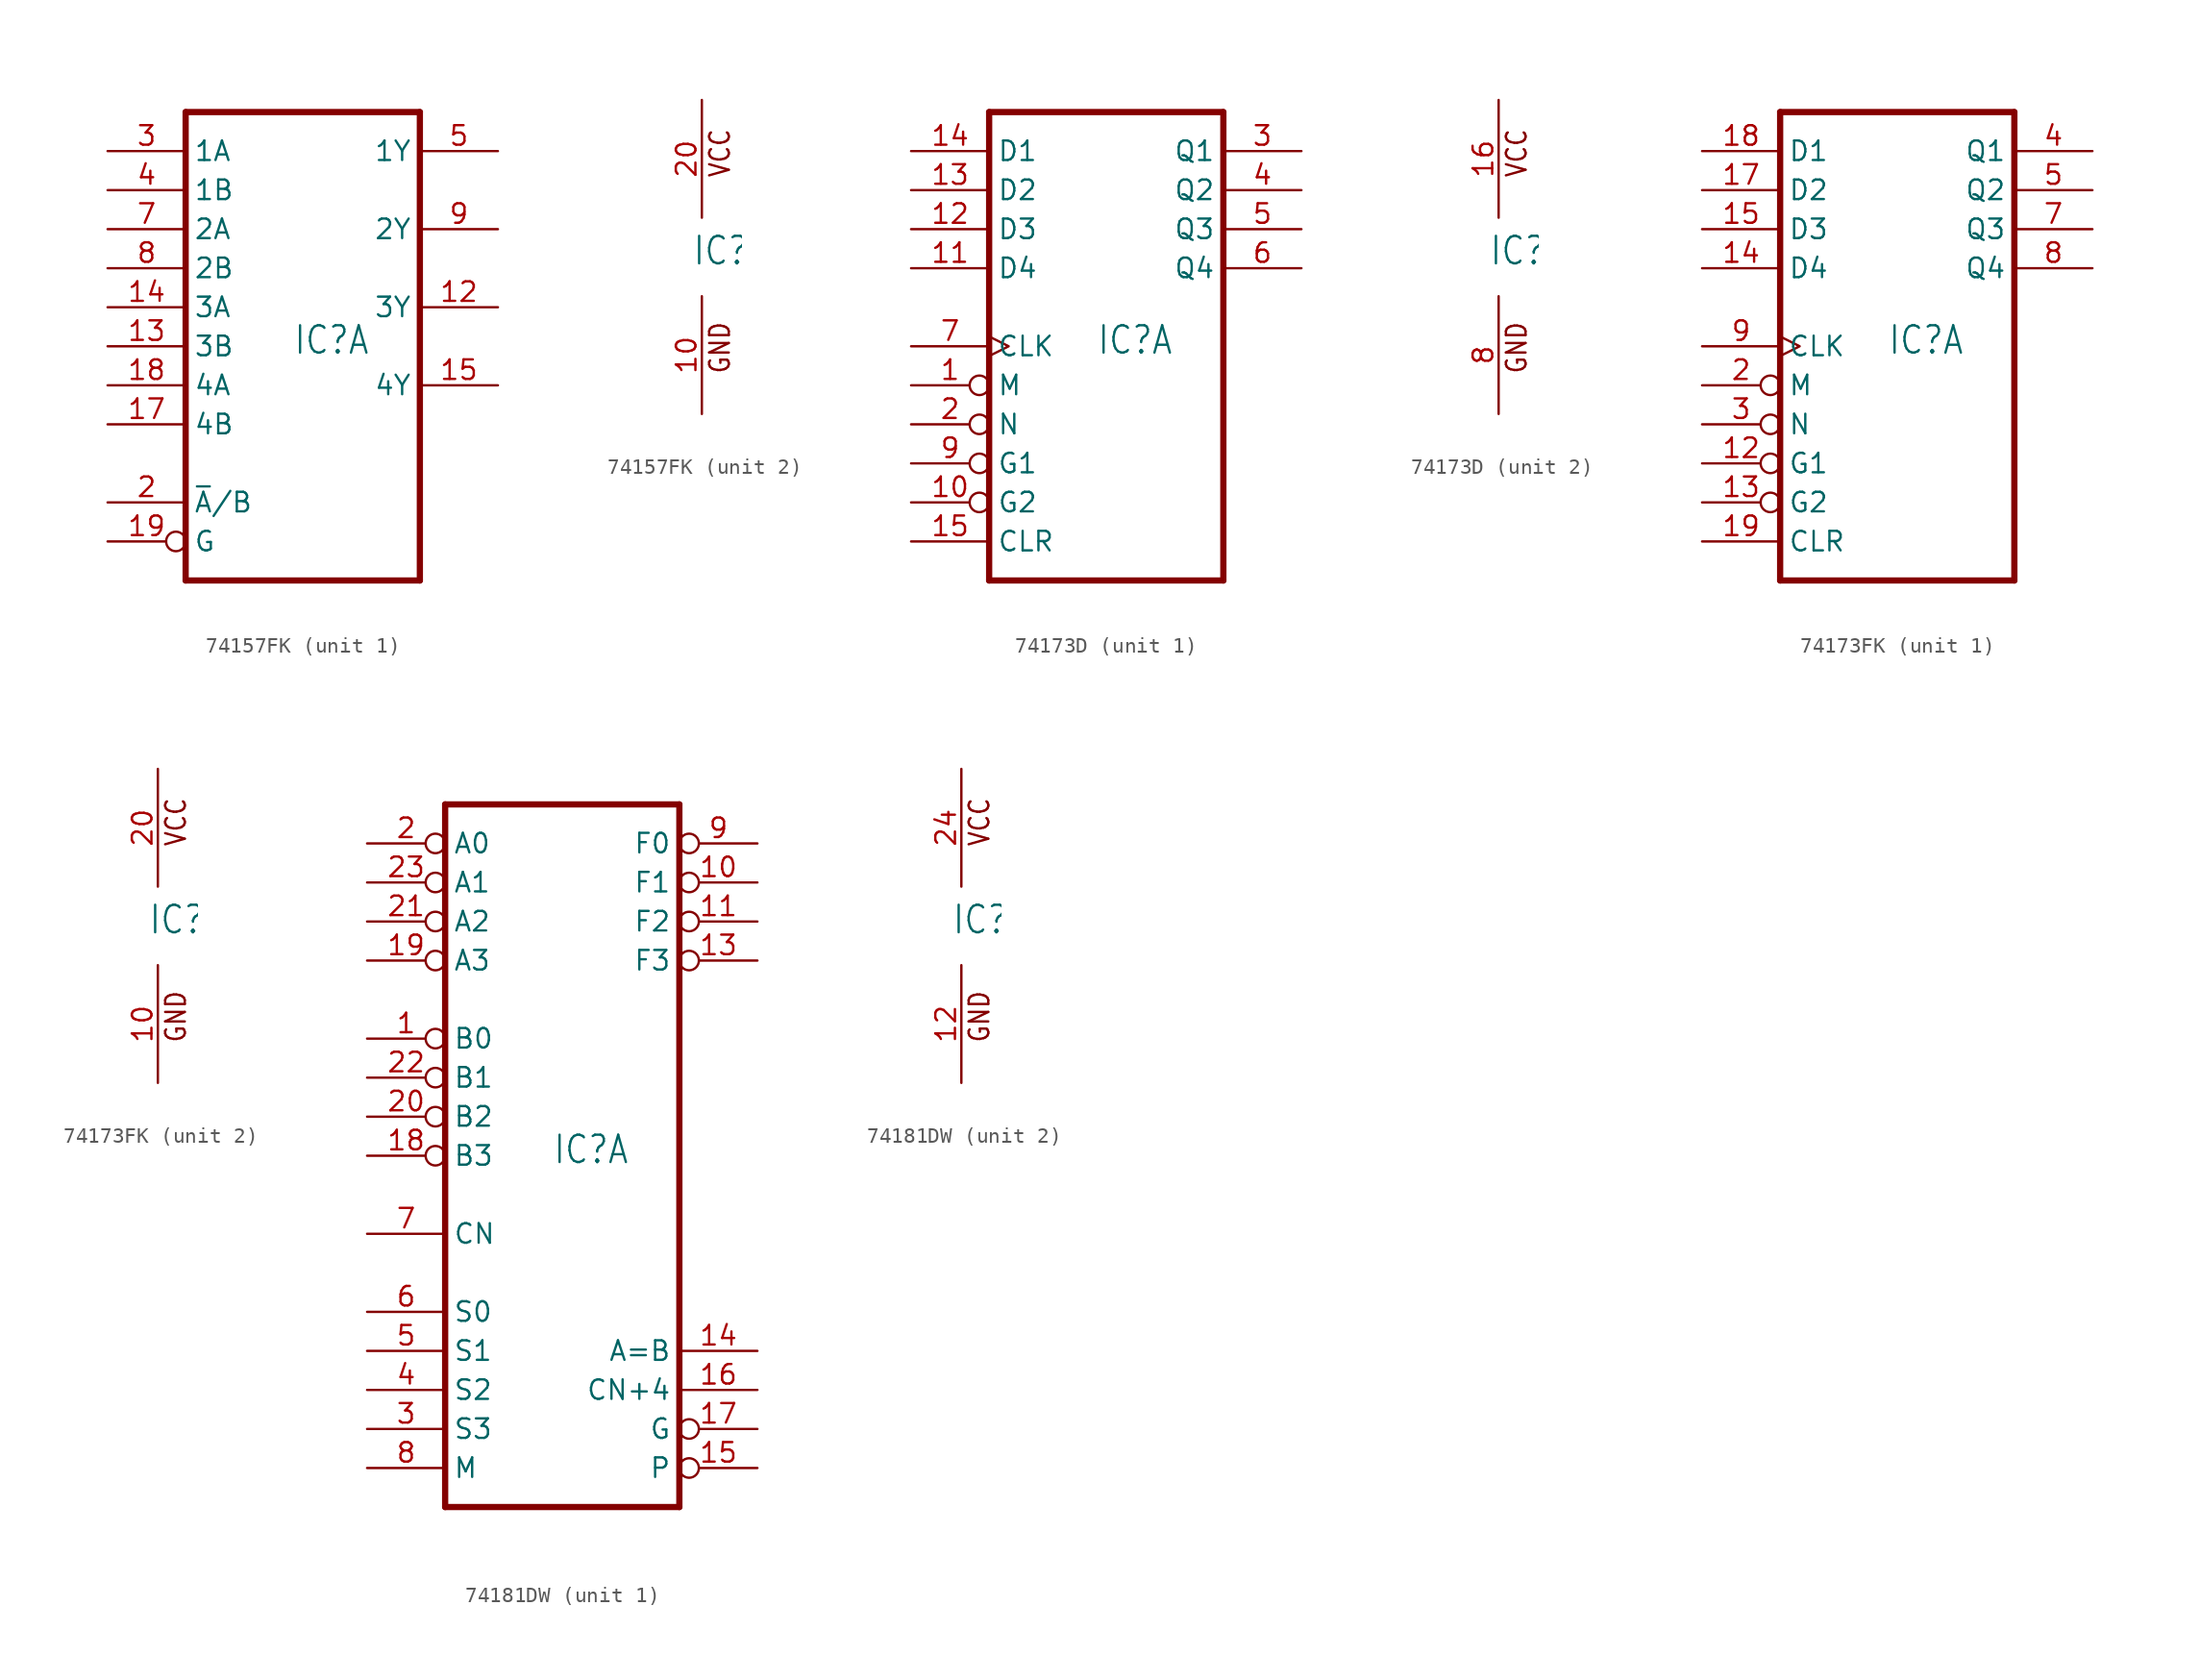
<source format=kicad_sym>
(kicad_symbol_lib
  (version 20231120)
  (generator "kicad_symbol_editor")
  (generator_version "8.0")
  (symbol "74157FK"
    (property "Reference" "IC"
      (at -0.635 -0.635 0)
      (effects (font (size 1.778 1.511)) (justify left bottom)))
    (property "ki_locked" ""
      (at 0 0 0)
      (effects (font (size 1.27 1.27))))
    (symbol "74157FK_1_0"
      (polyline (pts (xy -7.62 -15.24) (xy 7.62 -15.24)) (stroke (width 0.406) (type solid)) (fill (type none)))
      (polyline (pts (xy -7.62 15.24) (xy -7.62 -15.24)) (stroke (width 0.406) (type solid)) (fill (type none)))
      (polyline (pts (xy 7.62 -15.24) (xy 7.62 15.24)) (stroke (width 0.406) (type solid)) (fill (type none)))
      (polyline (pts (xy 7.62 15.24) (xy -7.62 15.24)) (stroke (width 0.406) (type solid)) (fill (type none)))
      (pin output line (at 12.7 2.54 180) (length 5.08) (name "3Y" (effects (font (size 1.27 1.27)))) (number "12" (effects (font (size 1.27 1.27)))))
      (pin input line (at -12.7 0 0) (length 5.08) (name "3B" (effects (font (size 1.27 1.27)))) (number "13" (effects (font (size 1.27 1.27)))))
      (pin input line (at -12.7 2.54 0) (length 5.08) (name "3A" (effects (font (size 1.27 1.27)))) (number "14" (effects (font (size 1.27 1.27)))))
      (pin output line (at 12.7 -2.54 180) (length 5.08) (name "4Y" (effects (font (size 1.27 1.27)))) (number "15" (effects (font (size 1.27 1.27)))))
      (pin input line (at -12.7 -5.08 0) (length 5.08) (name "4B" (effects (font (size 1.27 1.27)))) (number "17" (effects (font (size 1.27 1.27)))))
      (pin input line (at -12.7 -2.54 0) (length 5.08) (name "4A" (effects (font (size 1.27 1.27)))) (number "18" (effects (font (size 1.27 1.27)))))
      (pin input inverted (at -12.7 -12.7 0) (length 5.08) (name "G" (effects (font (size 1.27 1.27)))) (number "19" (effects (font (size 1.27 1.27)))))
      (pin input line (at -12.7 -10.16 0) (length 5.08) (name "~{A}/B" (effects (font (size 1.27 1.27)))) (number "2" (effects (font (size 1.27 1.27)))))
      (pin input line (at -12.7 12.7 0) (length 5.08) (name "1A" (effects (font (size 1.27 1.27)))) (number "3" (effects (font (size 1.27 1.27)))))
      (pin input line (at -12.7 10.16 0) (length 5.08) (name "1B" (effects (font (size 1.27 1.27)))) (number "4" (effects (font (size 1.27 1.27)))))
      (pin output line (at 12.7 12.7 180) (length 5.08) (name "1Y" (effects (font (size 1.27 1.27)))) (number "5" (effects (font (size 1.27 1.27)))))
      (pin input line (at -12.7 7.62 0) (length 5.08) (name "2A" (effects (font (size 1.27 1.27)))) (number "7" (effects (font (size 1.27 1.27)))))
      (pin input line (at -12.7 5.08 0) (length 5.08) (name "2B" (effects (font (size 1.27 1.27)))) (number "8" (effects (font (size 1.27 1.27)))))
      (pin output line (at 12.7 7.62 180) (length 5.08) (name "2Y" (effects (font (size 1.27 1.27)))) (number "9" (effects (font (size 1.27 1.27))))))
    (symbol "74157FK_2_0"
      (text "GND" (at 1.905 -7.62 900) (effects (font (size 1.27 1.079)) (justify left bottom)))
      (text "VCC" (at 1.905 5.08 900) (effects (font (size 1.27 1.079)) (justify left bottom)))
      (pin power_in line (at 0 -10.16 90) (length 7.62) (name "GND" (effects (font (size 0 0)))) (number "10" (effects (font (size 1.27 1.27)))))
      (pin power_in line (at 0 10.16 270) (length 7.62) (name "VCC" (effects (font (size 0 0)))) (number "20" (effects (font (size 1.27 1.27)))))))
  (symbol "74173D"
    (property "Reference" "IC"
      (at -0.635 -0.635 0)
      (effects (font (size 1.778 1.511)) (justify left bottom)))
    (property "ki_locked" ""
      (at 0 0 0)
      (effects (font (size 1.27 1.27))))
    (symbol "74173D_1_0"
      (polyline (pts (xy -7.62 -15.24) (xy 7.62 -15.24)) (stroke (width 0.406) (type solid)) (fill (type none)))
      (polyline (pts (xy -7.62 15.24) (xy -7.62 -15.24)) (stroke (width 0.406) (type solid)) (fill (type none)))
      (polyline (pts (xy 7.62 -15.24) (xy 7.62 15.24)) (stroke (width 0.406) (type solid)) (fill (type none)))
      (polyline (pts (xy 7.62 15.24) (xy -7.62 15.24)) (stroke (width 0.406) (type solid)) (fill (type none)))
      (pin input inverted (at -12.7 -2.54 0) (length 5.08) (name "M" (effects (font (size 1.27 1.27)))) (number "1" (effects (font (size 1.27 1.27)))))
      (pin input inverted (at -12.7 -10.16 0) (length 5.08) (name "G2" (effects (font (size 1.27 1.27)))) (number "10" (effects (font (size 1.27 1.27)))))
      (pin input line (at -12.7 5.08 0) (length 5.08) (name "D4" (effects (font (size 1.27 1.27)))) (number "11" (effects (font (size 1.27 1.27)))))
      (pin input line (at -12.7 7.62 0) (length 5.08) (name "D3" (effects (font (size 1.27 1.27)))) (number "12" (effects (font (size 1.27 1.27)))))
      (pin input line (at -12.7 10.16 0) (length 5.08) (name "D2" (effects (font (size 1.27 1.27)))) (number "13" (effects (font (size 1.27 1.27)))))
      (pin input line (at -12.7 12.7 0) (length 5.08) (name "D1" (effects (font (size 1.27 1.27)))) (number "14" (effects (font (size 1.27 1.27)))))
      (pin input line (at -12.7 -12.7 0) (length 5.08) (name "CLR" (effects (font (size 1.27 1.27)))) (number "15" (effects (font (size 1.27 1.27)))))
      (pin input inverted (at -12.7 -5.08 0) (length 5.08) (name "N" (effects (font (size 1.27 1.27)))) (number "2" (effects (font (size 1.27 1.27)))))
      (pin tri_state line (at 12.7 12.7 180) (length 5.08) (name "Q1" (effects (font (size 1.27 1.27)))) (number "3" (effects (font (size 1.27 1.27)))))
      (pin tri_state line (at 12.7 10.16 180) (length 5.08) (name "Q2" (effects (font (size 1.27 1.27)))) (number "4" (effects (font (size 1.27 1.27)))))
      (pin tri_state line (at 12.7 7.62 180) (length 5.08) (name "Q3" (effects (font (size 1.27 1.27)))) (number "5" (effects (font (size 1.27 1.27)))))
      (pin tri_state line (at 12.7 5.08 180) (length 5.08) (name "Q4" (effects (font (size 1.27 1.27)))) (number "6" (effects (font (size 1.27 1.27)))))
      (pin input clock (at -12.7 0 0) (length 5.08) (name "CLK" (effects (font (size 1.27 1.27)))) (number "7" (effects (font (size 1.27 1.27)))))
      (pin input inverted (at -12.7 -7.62 0) (length 5.08) (name "G1" (effects (font (size 1.27 1.27)))) (number "9" (effects (font (size 1.27 1.27))))))
    (symbol "74173D_2_0"
      (text "GND" (at 1.905 -7.62 900) (effects (font (size 1.27 1.079)) (justify left bottom)))
      (text "VCC" (at 1.905 5.08 900) (effects (font (size 1.27 1.079)) (justify left bottom)))
      (pin power_in line (at 0 10.16 270) (length 7.62) (name "VCC" (effects (font (size 0 0)))) (number "16" (effects (font (size 1.27 1.27)))))
      (pin power_in line (at 0 -10.16 90) (length 7.62) (name "GND" (effects (font (size 0 0)))) (number "8" (effects (font (size 1.27 1.27)))))))
  (symbol "74173FK"
    (property "Reference" "IC"
      (at -0.635 -0.635 0)
      (effects (font (size 1.778 1.511)) (justify left bottom)))
    (property "ki_locked" ""
      (at 0 0 0)
      (effects (font (size 1.27 1.27))))
    (symbol "74173FK_1_0"
      (polyline (pts (xy -7.62 -15.24) (xy 7.62 -15.24)) (stroke (width 0.406) (type solid)) (fill (type none)))
      (polyline (pts (xy -7.62 15.24) (xy -7.62 -15.24)) (stroke (width 0.406) (type solid)) (fill (type none)))
      (polyline (pts (xy 7.62 -15.24) (xy 7.62 15.24)) (stroke (width 0.406) (type solid)) (fill (type none)))
      (polyline (pts (xy 7.62 15.24) (xy -7.62 15.24)) (stroke (width 0.406) (type solid)) (fill (type none)))
      (pin input inverted (at -12.7 -7.62 0) (length 5.08) (name "G1" (effects (font (size 1.27 1.27)))) (number "12" (effects (font (size 1.27 1.27)))))
      (pin input inverted (at -12.7 -10.16 0) (length 5.08) (name "G2" (effects (font (size 1.27 1.27)))) (number "13" (effects (font (size 1.27 1.27)))))
      (pin input line (at -12.7 5.08 0) (length 5.08) (name "D4" (effects (font (size 1.27 1.27)))) (number "14" (effects (font (size 1.27 1.27)))))
      (pin input line (at -12.7 7.62 0) (length 5.08) (name "D3" (effects (font (size 1.27 1.27)))) (number "15" (effects (font (size 1.27 1.27)))))
      (pin input line (at -12.7 10.16 0) (length 5.08) (name "D2" (effects (font (size 1.27 1.27)))) (number "17" (effects (font (size 1.27 1.27)))))
      (pin input line (at -12.7 12.7 0) (length 5.08) (name "D1" (effects (font (size 1.27 1.27)))) (number "18" (effects (font (size 1.27 1.27)))))
      (pin input line (at -12.7 -12.7 0) (length 5.08) (name "CLR" (effects (font (size 1.27 1.27)))) (number "19" (effects (font (size 1.27 1.27)))))
      (pin input inverted (at -12.7 -2.54 0) (length 5.08) (name "M" (effects (font (size 1.27 1.27)))) (number "2" (effects (font (size 1.27 1.27)))))
      (pin input inverted (at -12.7 -5.08 0) (length 5.08) (name "N" (effects (font (size 1.27 1.27)))) (number "3" (effects (font (size 1.27 1.27)))))
      (pin tri_state line (at 12.7 12.7 180) (length 5.08) (name "Q1" (effects (font (size 1.27 1.27)))) (number "4" (effects (font (size 1.27 1.27)))))
      (pin tri_state line (at 12.7 10.16 180) (length 5.08) (name "Q2" (effects (font (size 1.27 1.27)))) (number "5" (effects (font (size 1.27 1.27)))))
      (pin tri_state line (at 12.7 7.62 180) (length 5.08) (name "Q3" (effects (font (size 1.27 1.27)))) (number "7" (effects (font (size 1.27 1.27)))))
      (pin tri_state line (at 12.7 5.08 180) (length 5.08) (name "Q4" (effects (font (size 1.27 1.27)))) (number "8" (effects (font (size 1.27 1.27)))))
      (pin input clock (at -12.7 0 0) (length 5.08) (name "CLK" (effects (font (size 1.27 1.27)))) (number "9" (effects (font (size 1.27 1.27))))))
    (symbol "74173FK_2_0"
      (text "GND" (at 1.905 -7.62 900) (effects (font (size 1.27 1.079)) (justify left bottom)))
      (text "VCC" (at 1.905 5.08 900) (effects (font (size 1.27 1.079)) (justify left bottom)))
      (pin power_in line (at 0 -10.16 90) (length 7.62) (name "GND" (effects (font (size 0 0)))) (number "10" (effects (font (size 1.27 1.27)))))
      (pin power_in line (at 0 10.16 270) (length 7.62) (name "VCC" (effects (font (size 0 0)))) (number "20" (effects (font (size 1.27 1.27)))))))
  (symbol "74181DW"
    (property "Reference" "IC"
      (at -0.635 -0.635 0)
      (effects (font (size 1.778 1.511)) (justify left bottom)))
    (property "ki_locked" ""
      (at 0 0 0)
      (effects (font (size 1.27 1.27))))
    (symbol "74181DW_1_0"
      (polyline (pts (xy -7.62 -22.86) (xy 7.62 -22.86)) (stroke (width 0.406) (type solid)) (fill (type none)))
      (polyline (pts (xy -7.62 22.86) (xy -7.62 -22.86)) (stroke (width 0.406) (type solid)) (fill (type none)))
      (polyline (pts (xy 7.62 -22.86) (xy 7.62 22.86)) (stroke (width 0.406) (type solid)) (fill (type none)))
      (polyline (pts (xy 7.62 22.86) (xy -7.62 22.86)) (stroke (width 0.406) (type solid)) (fill (type none)))
      (pin input inverted (at -12.7 7.62 0) (length 5.08) (name "B0" (effects (font (size 1.27 1.27)))) (number "1" (effects (font (size 1.27 1.27)))))
      (pin output inverted (at 12.7 17.78 180) (length 5.08) (name "F1" (effects (font (size 1.27 1.27)))) (number "10" (effects (font (size 1.27 1.27)))))
      (pin output inverted (at 12.7 15.24 180) (length 5.08) (name "F2" (effects (font (size 1.27 1.27)))) (number "11" (effects (font (size 1.27 1.27)))))
      (pin output inverted (at 12.7 12.7 180) (length 5.08) (name "F3" (effects (font (size 1.27 1.27)))) (number "13" (effects (font (size 1.27 1.27)))))
      (pin output line (at 12.7 -12.7 180) (length 5.08) (name "A=B" (effects (font (size 1.27 1.27)))) (number "14" (effects (font (size 1.27 1.27)))))
      (pin output inverted (at 12.7 -20.32 180) (length 5.08) (name "P" (effects (font (size 1.27 1.27)))) (number "15" (effects (font (size 1.27 1.27)))))
      (pin output line (at 12.7 -15.24 180) (length 5.08) (name "CN+4" (effects (font (size 1.27 1.27)))) (number "16" (effects (font (size 1.27 1.27)))))
      (pin output inverted (at 12.7 -17.78 180) (length 5.08) (name "G" (effects (font (size 1.27 1.27)))) (number "17" (effects (font (size 1.27 1.27)))))
      (pin input inverted (at -12.7 0 0) (length 5.08) (name "B3" (effects (font (size 1.27 1.27)))) (number "18" (effects (font (size 1.27 1.27)))))
      (pin input inverted (at -12.7 12.7 0) (length 5.08) (name "A3" (effects (font (size 1.27 1.27)))) (number "19" (effects (font (size 1.27 1.27)))))
      (pin input inverted (at -12.7 20.32 0) (length 5.08) (name "A0" (effects (font (size 1.27 1.27)))) (number "2" (effects (font (size 1.27 1.27)))))
      (pin input inverted (at -12.7 2.54 0) (length 5.08) (name "B2" (effects (font (size 1.27 1.27)))) (number "20" (effects (font (size 1.27 1.27)))))
      (pin input inverted (at -12.7 15.24 0) (length 5.08) (name "A2" (effects (font (size 1.27 1.27)))) (number "21" (effects (font (size 1.27 1.27)))))
      (pin input inverted (at -12.7 5.08 0) (length 5.08) (name "B1" (effects (font (size 1.27 1.27)))) (number "22" (effects (font (size 1.27 1.27)))))
      (pin input inverted (at -12.7 17.78 0) (length 5.08) (name "A1" (effects (font (size 1.27 1.27)))) (number "23" (effects (font (size 1.27 1.27)))))
      (pin input line (at -12.7 -17.78 0) (length 5.08) (name "S3" (effects (font (size 1.27 1.27)))) (number "3" (effects (font (size 1.27 1.27)))))
      (pin input line (at -12.7 -15.24 0) (length 5.08) (name "S2" (effects (font (size 1.27 1.27)))) (number "4" (effects (font (size 1.27 1.27)))))
      (pin input line (at -12.7 -12.7 0) (length 5.08) (name "S1" (effects (font (size 1.27 1.27)))) (number "5" (effects (font (size 1.27 1.27)))))
      (pin input line (at -12.7 -10.16 0) (length 5.08) (name "S0" (effects (font (size 1.27 1.27)))) (number "6" (effects (font (size 1.27 1.27)))))
      (pin input line (at -12.7 -5.08 0) (length 5.08) (name "CN" (effects (font (size 1.27 1.27)))) (number "7" (effects (font (size 1.27 1.27)))))
      (pin input line (at -12.7 -20.32 0) (length 5.08) (name "M" (effects (font (size 1.27 1.27)))) (number "8" (effects (font (size 1.27 1.27)))))
      (pin output inverted (at 12.7 20.32 180) (length 5.08) (name "F0" (effects (font (size 1.27 1.27)))) (number "9" (effects (font (size 1.27 1.27))))))
    (symbol "74181DW_2_0"
      (text "GND" (at 1.905 -7.62 900) (effects (font (size 1.27 1.079)) (justify left bottom)))
      (text "VCC" (at 1.905 5.08 900) (effects (font (size 1.27 1.079)) (justify left bottom)))
      (pin power_in line (at 0 -10.16 90) (length 7.62) (name "GND" (effects (font (size 0 0)))) (number "12" (effects (font (size 1.27 1.27)))))
      (pin power_in line (at 0 10.16 270) (length 7.62) (name "VCC" (effects (font (size 0 0)))) (number "24" (effects (font (size 1.27 1.27))))))))
</source>
